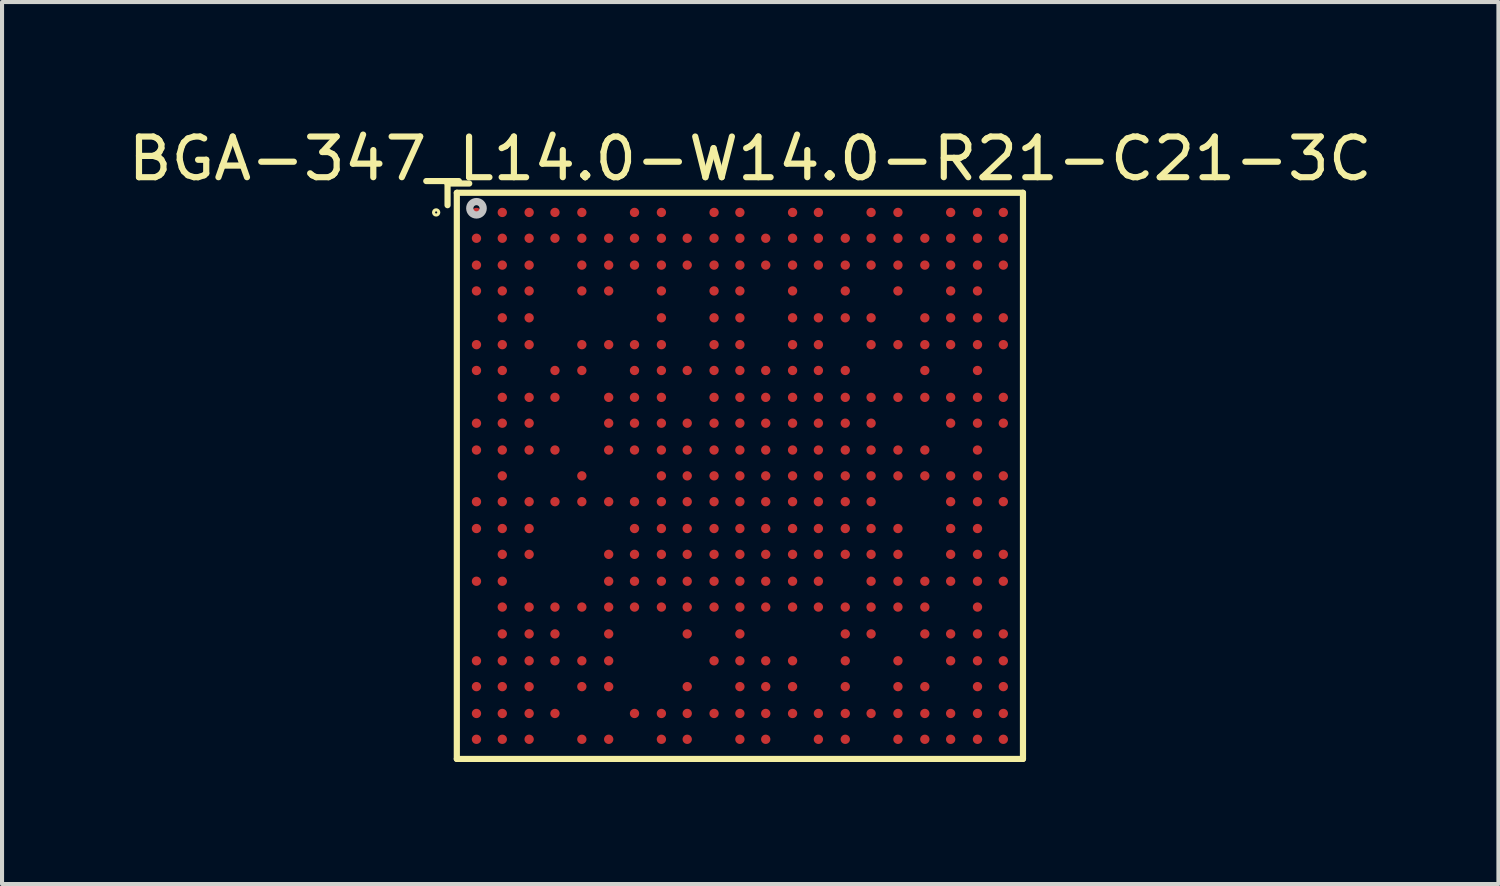
<source format=kicad_pcb>
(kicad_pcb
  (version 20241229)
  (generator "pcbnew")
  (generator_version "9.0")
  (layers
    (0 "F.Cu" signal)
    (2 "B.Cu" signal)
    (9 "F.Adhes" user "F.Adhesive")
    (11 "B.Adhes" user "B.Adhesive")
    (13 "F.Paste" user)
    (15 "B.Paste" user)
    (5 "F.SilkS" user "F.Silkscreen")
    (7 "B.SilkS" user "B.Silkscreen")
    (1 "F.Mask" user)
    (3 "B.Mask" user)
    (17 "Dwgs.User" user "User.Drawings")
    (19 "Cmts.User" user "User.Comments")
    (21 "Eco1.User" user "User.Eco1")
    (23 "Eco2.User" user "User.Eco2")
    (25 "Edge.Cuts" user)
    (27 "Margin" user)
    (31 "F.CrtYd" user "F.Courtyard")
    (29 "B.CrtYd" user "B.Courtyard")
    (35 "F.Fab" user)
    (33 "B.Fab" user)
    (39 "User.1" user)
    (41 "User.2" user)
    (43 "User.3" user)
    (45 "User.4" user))
  (footprint "BGA-347_L14.0-W14.0-R21-C21-3C"
    (layer "F.Cu")
    (at 15.142 8.65)
    (property "Reference" "BGA-347_L14.0-W14.0-R21-C21-3C" (at 0.254 -7.798 0) (unlocked yes) (layer "F.SilkS") (effects (font (size 1 1.052) (thickness 0.152))))
    (attr smd)
    (fp_line (start -7.188 -7.188) (end -6.655 -7.188) (stroke (width 0.152) (type solid)) (layer "F.SilkS"))
    (fp_line (start -7.188 -6.655) (end -7.188 -7.188) (stroke (width 0.152) (type solid)) (layer "F.SilkS"))
    (fp_line (start -6.96 -6.96) (end -6.96 6.96) (stroke (width 0.152) (type solid)) (layer "F.SilkS"))
    (fp_line (start -6.96 -6.96) (end 6.96 -6.96) (stroke (width 0.152) (type solid)) (layer "F.SilkS"))
    (fp_line (start -6.96 6.96) (end 6.96 6.96) (stroke (width 0.152) (type solid)) (layer "F.SilkS"))
    (fp_line (start 6.96 6.96) (end 6.96 -6.96) (stroke (width 0.152) (type solid)) (layer "F.SilkS"))
    (fp_circle (center -7.468 -6.477) (end -7.442 -6.477) (stroke (width 0.076) (type solid)) (fill no) (layer "F.SilkS"))
    (fp_circle (center -6.477 -6.579) (end -6.401 -6.579) (stroke (width 0.178) (type solid)) (fill no) (layer "Dwgs.User"))
    (pad "A1" smd circle (at -6.477 -6.477) (size 0.229 0.229) (layers "F.Cu" "F.Mask" "F.Paste"))
    (pad "A2" smd circle (at -5.842 -6.477) (size 0.229 0.229) (layers "F.Cu" "F.Mask" "F.Paste"))
    (pad "A3" smd circle (at -5.182 -6.477) (size 0.229 0.229) (layers "F.Cu" "F.Mask" "F.Paste"))
    (pad "A4" smd circle (at -4.547 -6.477) (size 0.229 0.229) (layers "F.Cu" "F.Mask" "F.Paste"))
    (pad "A5" smd circle (at -3.886 -6.477) (size 0.229 0.229) (layers "F.Cu" "F.Mask" "F.Paste"))
    (pad "A7" smd circle (at -2.591 -6.477) (size 0.229 0.229) (layers "F.Cu" "F.Mask" "F.Paste"))
    (pad "A8" smd circle (at -1.93 -6.477) (size 0.229 0.229) (layers "F.Cu" "F.Mask" "F.Paste"))
    (pad "A10" smd circle (at -0.635 -6.477) (size 0.229 0.229) (layers "F.Cu" "F.Mask" "F.Paste"))
    (pad "A11" smd circle (at 0 -6.477) (size 0.229 0.229) (layers "F.Cu" "F.Mask" "F.Paste"))
    (pad "A13" smd circle (at 1.295 -6.477) (size 0.229 0.229) (layers "F.Cu" "F.Mask" "F.Paste"))
    (pad "A14" smd circle (at 1.93 -6.477) (size 0.229 0.229) (layers "F.Cu" "F.Mask" "F.Paste"))
    (pad "A16" smd circle (at 3.226 -6.477) (size 0.229 0.229) (layers "F.Cu" "F.Mask" "F.Paste"))
    (pad "A17" smd circle (at 3.886 -6.477) (size 0.229 0.229) (layers "F.Cu" "F.Mask" "F.Paste"))
    (pad "A19" smd circle (at 5.182 -6.477) (size 0.229 0.229) (layers "F.Cu" "F.Mask" "F.Paste"))
    (pad "A20" smd circle (at 5.842 -6.477) (size 0.229 0.229) (layers "F.Cu" "F.Mask" "F.Paste"))
    (pad "A21" smd circle (at 6.477 -6.477) (size 0.229 0.229) (layers "F.Cu" "F.Mask" "F.Paste"))
    (pad "AA1" smd circle (at -6.477 6.477) (size 0.229 0.229) (layers "F.Cu" "F.Mask" "F.Paste"))
    (pad "AA2" smd circle (at -5.842 6.477) (size 0.229 0.229) (layers "F.Cu" "F.Mask" "F.Paste"))
    (pad "AA3" smd circle (at -5.182 6.477) (size 0.229 0.229) (layers "F.Cu" "F.Mask" "F.Paste"))
    (pad "AA5" smd circle (at -3.886 6.477) (size 0.229 0.229) (layers "F.Cu" "F.Mask" "F.Paste"))
    (pad "AA6" smd circle (at -3.226 6.477) (size 0.229 0.229) (layers "F.Cu" "F.Mask" "F.Paste"))
    (pad "AA8" smd circle (at -1.93 6.477) (size 0.229 0.229) (layers "F.Cu" "F.Mask" "F.Paste"))
    (pad "AA9" smd circle (at -1.295 6.477) (size 0.229 0.229) (layers "F.Cu" "F.Mask" "F.Paste"))
    (pad "AA11" smd circle (at 0 6.477) (size 0.229 0.229) (layers "F.Cu" "F.Mask" "F.Paste"))
    (pad "AA12" smd circle (at 0.635 6.477) (size 0.229 0.229) (layers "F.Cu" "F.Mask" "F.Paste"))
    (pad "AA14" smd circle (at 1.93 6.477) (size 0.229 0.229) (layers "F.Cu" "F.Mask" "F.Paste"))
    (pad "AA15" smd circle (at 2.591 6.477) (size 0.229 0.229) (layers "F.Cu" "F.Mask" "F.Paste"))
    (pad "AA17" smd circle (at 3.886 6.477) (size 0.229 0.229) (layers "F.Cu" "F.Mask" "F.Paste"))
    (pad "AA18" smd circle (at 4.547 6.477) (size 0.229 0.229) (layers "F.Cu" "F.Mask" "F.Paste"))
    (pad "AA19" smd circle (at 5.182 6.477) (size 0.229 0.229) (layers "F.Cu" "F.Mask" "F.Paste"))
    (pad "AA20" smd circle (at 5.842 6.477) (size 0.229 0.229) (layers "F.Cu" "F.Mask" "F.Paste"))
    (pad "AA21" smd circle (at 6.477 6.477) (size 0.229 0.229) (layers "F.Cu" "F.Mask" "F.Paste"))
    (pad "B1" smd circle (at -6.477 -5.842) (size 0.229 0.229) (layers "F.Cu" "F.Mask" "F.Paste"))
    (pad "B2" smd circle (at -5.842 -5.842) (size 0.229 0.229) (layers "F.Cu" "F.Mask" "F.Paste"))
    (pad "B3" smd circle (at -5.182 -5.842) (size 0.229 0.229) (layers "F.Cu" "F.Mask" "F.Paste"))
    (pad "B4" smd circle (at -4.547 -5.842) (size 0.229 0.229) (layers "F.Cu" "F.Mask" "F.Paste"))
    (pad "B5" smd circle (at -3.886 -5.842) (size 0.229 0.229) (layers "F.Cu" "F.Mask" "F.Paste"))
    (pad "B6" smd circle (at -3.226 -5.842) (size 0.229 0.229) (layers "F.Cu" "F.Mask" "F.Paste"))
    (pad "B7" smd circle (at -2.591 -5.842) (size 0.229 0.229) (layers "F.Cu" "F.Mask" "F.Paste"))
    (pad "B8" smd circle (at -1.93 -5.842) (size 0.229 0.229) (layers "F.Cu" "F.Mask" "F.Paste"))
    (pad "B9" smd circle (at -1.295 -5.842) (size 0.229 0.229) (layers "F.Cu" "F.Mask" "F.Paste"))
    (pad "B10" smd circle (at -0.635 -5.842) (size 0.229 0.229) (layers "F.Cu" "F.Mask" "F.Paste"))
    (pad "B11" smd circle (at 0 -5.842) (size 0.229 0.229) (layers "F.Cu" "F.Mask" "F.Paste"))
    (pad "B12" smd circle (at 0.635 -5.842) (size 0.229 0.229) (layers "F.Cu" "F.Mask" "F.Paste"))
    (pad "B13" smd circle (at 1.295 -5.842) (size 0.229 0.229) (layers "F.Cu" "F.Mask" "F.Paste"))
    (pad "B14" smd circle (at 1.93 -5.842) (size 0.229 0.229) (layers "F.Cu" "F.Mask" "F.Paste"))
    (pad "B15" smd circle (at 2.591 -5.842) (size 0.229 0.229) (layers "F.Cu" "F.Mask" "F.Paste"))
    (pad "B16" smd circle (at 3.226 -5.842) (size 0.229 0.229) (layers "F.Cu" "F.Mask" "F.Paste"))
    (pad "B17" smd circle (at 3.886 -5.842) (size 0.229 0.229) (layers "F.Cu" "F.Mask" "F.Paste"))
    (pad "B18" smd circle (at 4.547 -5.842) (size 0.229 0.229) (layers "F.Cu" "F.Mask" "F.Paste"))
    (pad "B19" smd circle (at 5.182 -5.842) (size 0.229 0.229) (layers "F.Cu" "F.Mask" "F.Paste"))
    (pad "B20" smd circle (at 5.842 -5.842) (size 0.229 0.229) (layers "F.Cu" "F.Mask" "F.Paste"))
    (pad "B21" smd circle (at 6.477 -5.842) (size 0.229 0.229) (layers "F.Cu" "F.Mask" "F.Paste"))
    (pad "C1" smd circle (at -6.477 -5.182) (size 0.229 0.229) (layers "F.Cu" "F.Mask" "F.Paste"))
    (pad "C2" smd circle (at -5.842 -5.182) (size 0.229 0.229) (layers "F.Cu" "F.Mask" "F.Paste"))
    (pad "C3" smd circle (at -5.182 -5.182) (size 0.229 0.229) (layers "F.Cu" "F.Mask" "F.Paste"))
    (pad "C5" smd circle (at -3.886 -5.182) (size 0.229 0.229) (layers "F.Cu" "F.Mask" "F.Paste"))
    (pad "C6" smd circle (at -3.226 -5.182) (size 0.229 0.229) (layers "F.Cu" "F.Mask" "F.Paste"))
    (pad "C7" smd circle (at -2.591 -5.182) (size 0.229 0.229) (layers "F.Cu" "F.Mask" "F.Paste"))
    (pad "C8" smd circle (at -1.93 -5.182) (size 0.229 0.229) (layers "F.Cu" "F.Mask" "F.Paste"))
    (pad "C9" smd circle (at -1.295 -5.182) (size 0.229 0.229) (layers "F.Cu" "F.Mask" "F.Paste"))
    (pad "C10" smd circle (at -0.635 -5.182) (size 0.229 0.229) (layers "F.Cu" "F.Mask" "F.Paste"))
    (pad "C11" smd circle (at 0 -5.182) (size 0.229 0.229) (layers "F.Cu" "F.Mask" "F.Paste"))
    (pad "C12" smd circle (at 0.635 -5.182) (size 0.229 0.229) (layers "F.Cu" "F.Mask" "F.Paste"))
    (pad "C13" smd circle (at 1.295 -5.182) (size 0.229 0.229) (layers "F.Cu" "F.Mask" "F.Paste"))
    (pad "C14" smd circle (at 1.93 -5.182) (size 0.229 0.229) (layers "F.Cu" "F.Mask" "F.Paste"))
    (pad "C15" smd circle (at 2.591 -5.182) (size 0.229 0.229) (layers "F.Cu" "F.Mask" "F.Paste"))
    (pad "C16" smd circle (at 3.226 -5.182) (size 0.229 0.229) (layers "F.Cu" "F.Mask" "F.Paste"))
    (pad "C17" smd circle (at 3.886 -5.182) (size 0.229 0.229) (layers "F.Cu" "F.Mask" "F.Paste"))
    (pad "C18" smd circle (at 4.547 -5.182) (size 0.229 0.229) (layers "F.Cu" "F.Mask" "F.Paste"))
    (pad "C19" smd circle (at 5.182 -5.182) (size 0.229 0.229) (layers "F.Cu" "F.Mask" "F.Paste"))
    (pad "C20" smd circle (at 5.842 -5.182) (size 0.229 0.229) (layers "F.Cu" "F.Mask" "F.Paste"))
    (pad "C21" smd circle (at 6.477 -5.182) (size 0.229 0.229) (layers "F.Cu" "F.Mask" "F.Paste"))
    (pad "D1" smd circle (at -6.477 -4.547) (size 0.229 0.229) (layers "F.Cu" "F.Mask" "F.Paste"))
    (pad "D2" smd circle (at -5.842 -4.547) (size 0.229 0.229) (layers "F.Cu" "F.Mask" "F.Paste"))
    (pad "D3" smd circle (at -5.182 -4.547) (size 0.229 0.229) (layers "F.Cu" "F.Mask" "F.Paste"))
    (pad "D5" smd circle (at -3.886 -4.547) (size 0.229 0.229) (layers "F.Cu" "F.Mask" "F.Paste"))
    (pad "D6" smd circle (at -3.226 -4.547) (size 0.229 0.229) (layers "F.Cu" "F.Mask" "F.Paste"))
    (pad "D8" smd circle (at -1.93 -4.547) (size 0.229 0.229) (layers "F.Cu" "F.Mask" "F.Paste"))
    (pad "D10" smd circle (at -0.635 -4.547) (size 0.229 0.229) (layers "F.Cu" "F.Mask" "F.Paste"))
    (pad "D11" smd circle (at 0 -4.547) (size 0.229 0.229) (layers "F.Cu" "F.Mask" "F.Paste"))
    (pad "D13" smd circle (at 1.295 -4.547) (size 0.229 0.229) (layers "F.Cu" "F.Mask" "F.Paste"))
    (pad "D15" smd circle (at 2.591 -4.547) (size 0.229 0.229) (layers "F.Cu" "F.Mask" "F.Paste"))
    (pad "D17" smd circle (at 3.886 -4.547) (size 0.229 0.229) (layers "F.Cu" "F.Mask" "F.Paste"))
    (pad "D19" smd circle (at 5.182 -4.547) (size 0.229 0.229) (layers "F.Cu" "F.Mask" "F.Paste"))
    (pad "D20" smd circle (at 5.842 -4.547) (size 0.229 0.229) (layers "F.Cu" "F.Mask" "F.Paste"))
    (pad "E2" smd circle (at -5.842 -3.886) (size 0.229 0.229) (layers "F.Cu" "F.Mask" "F.Paste"))
    (pad "E3" smd circle (at -5.182 -3.886) (size 0.229 0.229) (layers "F.Cu" "F.Mask" "F.Paste"))
    (pad "E8" smd circle (at -1.93 -3.886) (size 0.229 0.229) (layers "F.Cu" "F.Mask" "F.Paste"))
    (pad "E10" smd circle (at -0.635 -3.886) (size 0.229 0.229) (layers "F.Cu" "F.Mask" "F.Paste"))
    (pad "E11" smd circle (at 0 -3.886) (size 0.229 0.229) (layers "F.Cu" "F.Mask" "F.Paste"))
    (pad "E13" smd circle (at 1.295 -3.886) (size 0.229 0.229) (layers "F.Cu" "F.Mask" "F.Paste"))
    (pad "E14" smd circle (at 1.93 -3.886) (size 0.229 0.229) (layers "F.Cu" "F.Mask" "F.Paste"))
    (pad "E15" smd circle (at 2.591 -3.886) (size 0.229 0.229) (layers "F.Cu" "F.Mask" "F.Paste"))
    (pad "E16" smd circle (at 3.226 -3.886) (size 0.229 0.229) (layers "F.Cu" "F.Mask" "F.Paste"))
    (pad "E18" smd circle (at 4.547 -3.886) (size 0.229 0.229) (layers "F.Cu" "F.Mask" "F.Paste"))
    (pad "E19" smd circle (at 5.182 -3.886) (size 0.229 0.229) (layers "F.Cu" "F.Mask" "F.Paste"))
    (pad "E20" smd circle (at 5.842 -3.886) (size 0.229 0.229) (layers "F.Cu" "F.Mask" "F.Paste"))
    (pad "E21" smd circle (at 6.477 -3.886) (size 0.229 0.229) (layers "F.Cu" "F.Mask" "F.Paste"))
    (pad "F1" smd circle (at -6.477 -3.226) (size 0.229 0.229) (layers "F.Cu" "F.Mask" "F.Paste"))
    (pad "F2" smd circle (at -5.842 -3.226) (size 0.229 0.229) (layers "F.Cu" "F.Mask" "F.Paste"))
    (pad "F3" smd circle (at -5.182 -3.226) (size 0.229 0.229) (layers "F.Cu" "F.Mask" "F.Paste"))
    (pad "F5" smd circle (at -3.886 -3.226) (size 0.229 0.229) (layers "F.Cu" "F.Mask" "F.Paste"))
    (pad "F6" smd circle (at -3.226 -3.226) (size 0.229 0.229) (layers "F.Cu" "F.Mask" "F.Paste"))
    (pad "F7" smd circle (at -2.591 -3.226) (size 0.229 0.229) (layers "F.Cu" "F.Mask" "F.Paste"))
    (pad "F8" smd circle (at -1.93 -3.226) (size 0.229 0.229) (layers "F.Cu" "F.Mask" "F.Paste"))
    (pad "F10" smd circle (at -0.635 -3.226) (size 0.229 0.229) (layers "F.Cu" "F.Mask" "F.Paste"))
    (pad "F11" smd circle (at 0 -3.226) (size 0.229 0.229) (layers "F.Cu" "F.Mask" "F.Paste"))
    (pad "F13" smd circle (at 1.295 -3.226) (size 0.229 0.229) (layers "F.Cu" "F.Mask" "F.Paste"))
    (pad "F14" smd circle (at 1.93 -3.226) (size 0.229 0.229) (layers "F.Cu" "F.Mask" "F.Paste"))
    (pad "F16" smd circle (at 3.226 -3.226) (size 0.229 0.229) (layers "F.Cu" "F.Mask" "F.Paste"))
    (pad "F17" smd circle (at 3.886 -3.226) (size 0.229 0.229) (layers "F.Cu" "F.Mask" "F.Paste"))
    (pad "F18" smd circle (at 4.547 -3.226) (size 0.229 0.229) (layers "F.Cu" "F.Mask" "F.Paste"))
    (pad "F19" smd circle (at 5.182 -3.226) (size 0.229 0.229) (layers "F.Cu" "F.Mask" "F.Paste"))
    (pad "F20" smd circle (at 5.842 -3.226) (size 0.229 0.229) (layers "F.Cu" "F.Mask" "F.Paste"))
    (pad "F21" smd circle (at 6.477 -3.226) (size 0.229 0.229) (layers "F.Cu" "F.Mask" "F.Paste"))
    (pad "G1" smd circle (at -6.477 -2.591) (size 0.229 0.229) (layers "F.Cu" "F.Mask" "F.Paste"))
    (pad "G2" smd circle (at -5.842 -2.591) (size 0.229 0.229) (layers "F.Cu" "F.Mask" "F.Paste"))
    (pad "G4" smd circle (at -4.547 -2.591) (size 0.229 0.229) (layers "F.Cu" "F.Mask" "F.Paste"))
    (pad "G5" smd circle (at -3.886 -2.591) (size 0.229 0.229) (layers "F.Cu" "F.Mask" "F.Paste"))
    (pad "G7" smd circle (at -2.591 -2.591) (size 0.229 0.229) (layers "F.Cu" "F.Mask" "F.Paste"))
    (pad "G8" smd circle (at -1.93 -2.591) (size 0.229 0.229) (layers "F.Cu" "F.Mask" "F.Paste"))
    (pad "G9" smd circle (at -1.295 -2.591) (size 0.229 0.229) (layers "F.Cu" "F.Mask" "F.Paste"))
    (pad "G10" smd circle (at -0.635 -2.591) (size 0.229 0.229) (layers "F.Cu" "F.Mask" "F.Paste"))
    (pad "G11" smd circle (at 0 -2.591) (size 0.229 0.229) (layers "F.Cu" "F.Mask" "F.Paste"))
    (pad "G12" smd circle (at 0.635 -2.591) (size 0.229 0.229) (layers "F.Cu" "F.Mask" "F.Paste"))
    (pad "G13" smd circle (at 1.295 -2.591) (size 0.229 0.229) (layers "F.Cu" "F.Mask" "F.Paste"))
    (pad "G14" smd circle (at 1.93 -2.591) (size 0.229 0.229) (layers "F.Cu" "F.Mask" "F.Paste"))
    (pad "G15" smd circle (at 2.591 -2.591) (size 0.229 0.229) (layers "F.Cu" "F.Mask" "F.Paste"))
    (pad "G18" smd circle (at 4.547 -2.591) (size 0.229 0.229) (layers "F.Cu" "F.Mask" "F.Paste"))
    (pad "G20" smd circle (at 5.842 -2.591) (size 0.229 0.229) (layers "F.Cu" "F.Mask" "F.Paste"))
    (pad "H2" smd circle (at -5.842 -1.93) (size 0.229 0.229) (layers "F.Cu" "F.Mask" "F.Paste"))
    (pad "H3" smd circle (at -5.182 -1.93) (size 0.229 0.229) (layers "F.Cu" "F.Mask" "F.Paste"))
    (pad "H4" smd circle (at -4.547 -1.93) (size 0.229 0.229) (layers "F.Cu" "F.Mask" "F.Paste"))
    (pad "H6" smd circle (at -3.226 -1.93) (size 0.229 0.229) (layers "F.Cu" "F.Mask" "F.Paste"))
    (pad "H7" smd circle (at -2.591 -1.93) (size 0.229 0.229) (layers "F.Cu" "F.Mask" "F.Paste"))
    (pad "H8" smd circle (at -1.93 -1.93) (size 0.229 0.229) (layers "F.Cu" "F.Mask" "F.Paste"))
    (pad "H10" smd circle (at -0.635 -1.93) (size 0.229 0.229) (layers "F.Cu" "F.Mask" "F.Paste"))
    (pad "H11" smd circle (at 0 -1.93) (size 0.229 0.229) (layers "F.Cu" "F.Mask" "F.Paste"))
    (pad "H12" smd circle (at 0.635 -1.93) (size 0.229 0.229) (layers "F.Cu" "F.Mask" "F.Paste"))
    (pad "H13" smd circle (at 1.295 -1.93) (size 0.229 0.229) (layers "F.Cu" "F.Mask" "F.Paste"))
    (pad "H14" smd circle (at 1.93 -1.93) (size 0.229 0.229) (layers "F.Cu" "F.Mask" "F.Paste"))
    (pad "H15" smd circle (at 2.591 -1.93) (size 0.229 0.229) (layers "F.Cu" "F.Mask" "F.Paste"))
    (pad "H16" smd circle (at 3.226 -1.93) (size 0.229 0.229) (layers "F.Cu" "F.Mask" "F.Paste"))
    (pad "H17" smd circle (at 3.886 -1.93) (size 0.229 0.229) (layers "F.Cu" "F.Mask" "F.Paste"))
    (pad "H18" smd circle (at 4.547 -1.93) (size 0.229 0.229) (layers "F.Cu" "F.Mask" "F.Paste"))
    (pad "H19" smd circle (at 5.182 -1.93) (size 0.229 0.229) (layers "F.Cu" "F.Mask" "F.Paste"))
    (pad "H20" smd circle (at 5.842 -1.93) (size 0.229 0.229) (layers "F.Cu" "F.Mask" "F.Paste"))
    (pad "H21" smd circle (at 6.477 -1.93) (size 0.229 0.229) (layers "F.Cu" "F.Mask" "F.Paste"))
    (pad "J1" smd circle (at -6.477 -1.295) (size 0.229 0.229) (layers "F.Cu" "F.Mask" "F.Paste"))
    (pad "J2" smd circle (at -5.842 -1.295) (size 0.229 0.229) (layers "F.Cu" "F.Mask" "F.Paste"))
    (pad "J3" smd circle (at -5.182 -1.295) (size 0.229 0.229) (layers "F.Cu" "F.Mask" "F.Paste"))
    (pad "J6" smd circle (at -3.226 -1.295) (size 0.229 0.229) (layers "F.Cu" "F.Mask" "F.Paste"))
    (pad "J7" smd circle (at -2.591 -1.295) (size 0.229 0.229) (layers "F.Cu" "F.Mask" "F.Paste"))
    (pad "J8" smd circle (at -1.93 -1.295) (size 0.229 0.229) (layers "F.Cu" "F.Mask" "F.Paste"))
    (pad "J9" smd circle (at -1.295 -1.295) (size 0.229 0.229) (layers "F.Cu" "F.Mask" "F.Paste"))
    (pad "J10" smd circle (at -0.635 -1.295) (size 0.229 0.229) (layers "F.Cu" "F.Mask" "F.Paste"))
    (pad "J11" smd circle (at 0 -1.295) (size 0.229 0.229) (layers "F.Cu" "F.Mask" "F.Paste"))
    (pad "J12" smd circle (at 0.635 -1.295) (size 0.229 0.229) (layers "F.Cu" "F.Mask" "F.Paste"))
    (pad "J13" smd circle (at 1.295 -1.295) (size 0.229 0.229) (layers "F.Cu" "F.Mask" "F.Paste"))
    (pad "J14" smd circle (at 1.93 -1.295) (size 0.229 0.229) (layers "F.Cu" "F.Mask" "F.Paste"))
    (pad "J15" smd circle (at 2.591 -1.295) (size 0.229 0.229) (layers "F.Cu" "F.Mask" "F.Paste"))
    (pad "J16" smd circle (at 3.226 -1.295) (size 0.229 0.229) (layers "F.Cu" "F.Mask" "F.Paste"))
    (pad "J19" smd circle (at 5.182 -1.295) (size 0.229 0.229) (layers "F.Cu" "F.Mask" "F.Paste"))
    (pad "J20" smd circle (at 5.842 -1.295) (size 0.229 0.229) (layers "F.Cu" "F.Mask" "F.Paste"))
    (pad "J21" smd circle (at 6.477 -1.295) (size 0.229 0.229) (layers "F.Cu" "F.Mask" "F.Paste"))
    (pad "K1" smd circle (at -6.477 -0.635) (size 0.229 0.229) (layers "F.Cu" "F.Mask" "F.Paste"))
    (pad "K2" smd circle (at -5.842 -0.635) (size 0.229 0.229) (layers "F.Cu" "F.Mask" "F.Paste"))
    (pad "K3" smd circle (at -5.182 -0.635) (size 0.229 0.229) (layers "F.Cu" "F.Mask" "F.Paste"))
    (pad "K4" smd circle (at -4.547 -0.635) (size 0.229 0.229) (layers "F.Cu" "F.Mask" "F.Paste"))
    (pad "K6" smd circle (at -3.226 -0.635) (size 0.229 0.229) (layers "F.Cu" "F.Mask" "F.Paste"))
    (pad "K7" smd circle (at -2.591 -0.635) (size 0.229 0.229) (layers "F.Cu" "F.Mask" "F.Paste"))
    (pad "K8" smd circle (at -1.93 -0.635) (size 0.229 0.229) (layers "F.Cu" "F.Mask" "F.Paste"))
    (pad "K9" smd circle (at -1.295 -0.635) (size 0.229 0.229) (layers "F.Cu" "F.Mask" "F.Paste"))
    (pad "K10" smd circle (at -0.635 -0.635) (size 0.229 0.229) (layers "F.Cu" "F.Mask" "F.Paste"))
    (pad "K11" smd circle (at 0 -0.635) (size 0.229 0.229) (layers "F.Cu" "F.Mask" "F.Paste"))
    (pad "K12" smd circle (at 0.635 -0.635) (size 0.229 0.229) (layers "F.Cu" "F.Mask" "F.Paste"))
    (pad "K13" smd circle (at 1.295 -0.635) (size 0.229 0.229) (layers "F.Cu" "F.Mask" "F.Paste"))
    (pad "K14" smd circle (at 1.93 -0.635) (size 0.229 0.229) (layers "F.Cu" "F.Mask" "F.Paste"))
    (pad "K15" smd circle (at 2.591 -0.635) (size 0.229 0.229) (layers "F.Cu" "F.Mask" "F.Paste"))
    (pad "K16" smd circle (at 3.226 -0.635) (size 0.229 0.229) (layers "F.Cu" "F.Mask" "F.Paste"))
    (pad "K17" smd circle (at 3.886 -0.635) (size 0.229 0.229) (layers "F.Cu" "F.Mask" "F.Paste"))
    (pad "K18" smd circle (at 4.547 -0.635) (size 0.229 0.229) (layers "F.Cu" "F.Mask" "F.Paste"))
    (pad "K20" smd circle (at 5.842 -0.635) (size 0.229 0.229) (layers "F.Cu" "F.Mask" "F.Paste"))
    (pad "L2" smd circle (at -5.842 0) (size 0.229 0.229) (layers "F.Cu" "F.Mask" "F.Paste"))
    (pad "L5" smd circle (at -3.886 0) (size 0.229 0.229) (layers "F.Cu" "F.Mask" "F.Paste"))
    (pad "L8" smd circle (at -1.93 0) (size 0.229 0.229) (layers "F.Cu" "F.Mask" "F.Paste"))
    (pad "L9" smd circle (at -1.295 0) (size 0.229 0.229) (layers "F.Cu" "F.Mask" "F.Paste"))
    (pad "L10" smd circle (at -0.635 0) (size 0.229 0.229) (layers "F.Cu" "F.Mask" "F.Paste"))
    (pad "L11" smd circle (at 0 0) (size 0.229 0.229) (layers "F.Cu" "F.Mask" "F.Paste"))
    (pad "L12" smd circle (at 0.635 0) (size 0.229 0.229) (layers "F.Cu" "F.Mask" "F.Paste"))
    (pad "L13" smd circle (at 1.295 0) (size 0.229 0.229) (layers "F.Cu" "F.Mask" "F.Paste"))
    (pad "L14" smd circle (at 1.93 0) (size 0.229 0.229) (layers "F.Cu" "F.Mask" "F.Paste"))
    (pad "L15" smd circle (at 2.591 0) (size 0.229 0.229) (layers "F.Cu" "F.Mask" "F.Paste"))
    (pad "L16" smd circle (at 3.226 0) (size 0.229 0.229) (layers "F.Cu" "F.Mask" "F.Paste"))
    (pad "L17" smd circle (at 3.886 0) (size 0.229 0.229) (layers "F.Cu" "F.Mask" "F.Paste"))
    (pad "L18" smd circle (at 4.547 0) (size 0.229 0.229) (layers "F.Cu" "F.Mask" "F.Paste"))
    (pad "L19" smd circle (at 5.182 0) (size 0.229 0.229) (layers "F.Cu" "F.Mask" "F.Paste"))
    (pad "L20" smd circle (at 5.842 0) (size 0.229 0.229) (layers "F.Cu" "F.Mask" "F.Paste"))
    (pad "L21" smd circle (at 6.477 0) (size 0.229 0.229) (layers "F.Cu" "F.Mask" "F.Paste"))
    (pad "M1" smd circle (at -6.477 0.635) (size 0.229 0.229) (layers "F.Cu" "F.Mask" "F.Paste"))
    (pad "M2" smd circle (at -5.842 0.635) (size 0.229 0.229) (layers "F.Cu" "F.Mask" "F.Paste"))
    (pad "M3" smd circle (at -5.182 0.635) (size 0.229 0.229) (layers "F.Cu" "F.Mask" "F.Paste"))
    (pad "M4" smd circle (at -4.547 0.635) (size 0.229 0.229) (layers "F.Cu" "F.Mask" "F.Paste"))
    (pad "M5" smd circle (at -3.886 0.635) (size 0.229 0.229) (layers "F.Cu" "F.Mask" "F.Paste"))
    (pad "M6" smd circle (at -3.226 0.635) (size 0.229 0.229) (layers "F.Cu" "F.Mask" "F.Paste"))
    (pad "M7" smd circle (at -2.591 0.635) (size 0.229 0.229) (layers "F.Cu" "F.Mask" "F.Paste"))
    (pad "M8" smd circle (at -1.93 0.635) (size 0.229 0.229) (layers "F.Cu" "F.Mask" "F.Paste"))
    (pad "M9" smd circle (at -1.295 0.635) (size 0.229 0.229) (layers "F.Cu" "F.Mask" "F.Paste"))
    (pad "M10" smd circle (at -0.635 0.635) (size 0.229 0.229) (layers "F.Cu" "F.Mask" "F.Paste"))
    (pad "M11" smd circle (at 0 0.635) (size 0.229 0.229) (layers "F.Cu" "F.Mask" "F.Paste"))
    (pad "M12" smd circle (at 0.635 0.635) (size 0.229 0.229) (layers "F.Cu" "F.Mask" "F.Paste"))
    (pad "M13" smd circle (at 1.295 0.635) (size 0.229 0.229) (layers "F.Cu" "F.Mask" "F.Paste"))
    (pad "M14" smd circle (at 1.93 0.635) (size 0.229 0.229) (layers "F.Cu" "F.Mask" "F.Paste"))
    (pad "M15" smd circle (at 2.591 0.635) (size 0.229 0.229) (layers "F.Cu" "F.Mask" "F.Paste"))
    (pad "M16" smd circle (at 3.226 0.635) (size 0.229 0.229) (layers "F.Cu" "F.Mask" "F.Paste"))
    (pad "M19" smd circle (at 5.182 0.635) (size 0.229 0.229) (layers "F.Cu" "F.Mask" "F.Paste"))
    (pad "M20" smd circle (at 5.842 0.635) (size 0.229 0.229) (layers "F.Cu" "F.Mask" "F.Paste"))
    (pad "M21" smd circle (at 6.477 0.635) (size 0.229 0.229) (layers "F.Cu" "F.Mask" "F.Paste"))
    (pad "N1" smd circle (at -6.477 1.295) (size 0.229 0.229) (layers "F.Cu" "F.Mask" "F.Paste"))
    (pad "N2" smd circle (at -5.842 1.295) (size 0.229 0.229) (layers "F.Cu" "F.Mask" "F.Paste"))
    (pad "N3" smd circle (at -5.182 1.295) (size 0.229 0.229) (layers "F.Cu" "F.Mask" "F.Paste"))
    (pad "N7" smd circle (at -2.591 1.295) (size 0.229 0.229) (layers "F.Cu" "F.Mask" "F.Paste"))
    (pad "N8" smd circle (at -1.93 1.295) (size 0.229 0.229) (layers "F.Cu" "F.Mask" "F.Paste"))
    (pad "N9" smd circle (at -1.295 1.295) (size 0.229 0.229) (layers "F.Cu" "F.Mask" "F.Paste"))
    (pad "N10" smd circle (at -0.635 1.295) (size 0.229 0.229) (layers "F.Cu" "F.Mask" "F.Paste"))
    (pad "N11" smd circle (at 0 1.295) (size 0.229 0.229) (layers "F.Cu" "F.Mask" "F.Paste"))
    (pad "N12" smd circle (at 0.635 1.295) (size 0.229 0.229) (layers "F.Cu" "F.Mask" "F.Paste"))
    (pad "N13" smd circle (at 1.295 1.295) (size 0.229 0.229) (layers "F.Cu" "F.Mask" "F.Paste"))
    (pad "N14" smd circle (at 1.93 1.295) (size 0.229 0.229) (layers "F.Cu" "F.Mask" "F.Paste"))
    (pad "N15" smd circle (at 2.591 1.295) (size 0.229 0.229) (layers "F.Cu" "F.Mask" "F.Paste"))
    (pad "N16" smd circle (at 3.226 1.295) (size 0.229 0.229) (layers "F.Cu" "F.Mask" "F.Paste"))
    (pad "N17" smd circle (at 3.886 1.295) (size 0.229 0.229) (layers "F.Cu" "F.Mask" "F.Paste"))
    (pad "N19" smd circle (at 5.182 1.295) (size 0.229 0.229) (layers "F.Cu" "F.Mask" "F.Paste"))
    (pad "N20" smd circle (at 5.842 1.295) (size 0.229 0.229) (layers "F.Cu" "F.Mask" "F.Paste"))
    (pad "P2" smd circle (at -5.842 1.93) (size 0.229 0.229) (layers "F.Cu" "F.Mask" "F.Paste"))
    (pad "P3" smd circle (at -5.182 1.93) (size 0.229 0.229) (layers "F.Cu" "F.Mask" "F.Paste"))
    (pad "P6" smd circle (at -3.226 1.93) (size 0.229 0.229) (layers "F.Cu" "F.Mask" "F.Paste"))
    (pad "P7" smd circle (at -2.591 1.93) (size 0.229 0.229) (layers "F.Cu" "F.Mask" "F.Paste"))
    (pad "P8" smd circle (at -1.93 1.93) (size 0.229 0.229) (layers "F.Cu" "F.Mask" "F.Paste"))
    (pad "P9" smd circle (at -1.295 1.93) (size 0.229 0.229) (layers "F.Cu" "F.Mask" "F.Paste"))
    (pad "P10" smd circle (at -0.635 1.93) (size 0.229 0.229) (layers "F.Cu" "F.Mask" "F.Paste"))
    (pad "P11" smd circle (at 0 1.93) (size 0.229 0.229) (layers "F.Cu" "F.Mask" "F.Paste"))
    (pad "P12" smd circle (at 0.635 1.93) (size 0.229 0.229) (layers "F.Cu" "F.Mask" "F.Paste"))
    (pad "P13" smd circle (at 1.295 1.93) (size 0.229 0.229) (layers "F.Cu" "F.Mask" "F.Paste"))
    (pad "P14" smd circle (at 1.93 1.93) (size 0.229 0.229) (layers "F.Cu" "F.Mask" "F.Paste"))
    (pad "P15" smd circle (at 2.591 1.93) (size 0.229 0.229) (layers "F.Cu" "F.Mask" "F.Paste"))
    (pad "P16" smd circle (at 3.226 1.93) (size 0.229 0.229) (layers "F.Cu" "F.Mask" "F.Paste"))
    (pad "P17" smd circle (at 3.886 1.93) (size 0.229 0.229) (layers "F.Cu" "F.Mask" "F.Paste"))
    (pad "P19" smd circle (at 5.182 1.93) (size 0.229 0.229) (layers "F.Cu" "F.Mask" "F.Paste"))
    (pad "P20" smd circle (at 5.842 1.93) (size 0.229 0.229) (layers "F.Cu" "F.Mask" "F.Paste"))
    (pad "P21" smd circle (at 6.477 1.93) (size 0.229 0.229) (layers "F.Cu" "F.Mask" "F.Paste"))
    (pad "R1" smd circle (at -6.477 2.591) (size 0.229 0.229) (layers "F.Cu" "F.Mask" "F.Paste"))
    (pad "R2" smd circle (at -5.842 2.591) (size 0.229 0.229) (layers "F.Cu" "F.Mask" "F.Paste"))
    (pad "R6" smd circle (at -3.226 2.591) (size 0.229 0.229) (layers "F.Cu" "F.Mask" "F.Paste"))
    (pad "R7" smd circle (at -2.591 2.591) (size 0.229 0.229) (layers "F.Cu" "F.Mask" "F.Paste"))
    (pad "R8" smd circle (at -1.93 2.591) (size 0.229 0.229) (layers "F.Cu" "F.Mask" "F.Paste"))
    (pad "R9" smd circle (at -1.295 2.591) (size 0.229 0.229) (layers "F.Cu" "F.Mask" "F.Paste"))
    (pad "R10" smd circle (at -0.635 2.591) (size 0.229 0.229) (layers "F.Cu" "F.Mask" "F.Paste"))
    (pad "R11" smd circle (at 0 2.591) (size 0.229 0.229) (layers "F.Cu" "F.Mask" "F.Paste"))
    (pad "R12" smd circle (at 0.635 2.591) (size 0.229 0.229) (layers "F.Cu" "F.Mask" "F.Paste"))
    (pad "R13" smd circle (at 1.295 2.591) (size 0.229 0.229) (layers "F.Cu" "F.Mask" "F.Paste"))
    (pad "R14" smd circle (at 1.93 2.591) (size 0.229 0.229) (layers "F.Cu" "F.Mask" "F.Paste"))
    (pad "R16" smd circle (at 3.226 2.591) (size 0.229 0.229) (layers "F.Cu" "F.Mask" "F.Paste"))
    (pad "R17" smd circle (at 3.886 2.591) (size 0.229 0.229) (layers "F.Cu" "F.Mask" "F.Paste"))
    (pad "R18" smd circle (at 4.547 2.591) (size 0.229 0.229) (layers "F.Cu" "F.Mask" "F.Paste"))
    (pad "R19" smd circle (at 5.182 2.591) (size 0.229 0.229) (layers "F.Cu" "F.Mask" "F.Paste"))
    (pad "R20" smd circle (at 5.842 2.591) (size 0.229 0.229) (layers "F.Cu" "F.Mask" "F.Paste"))
    (pad "R21" smd circle (at 6.477 2.591) (size 0.229 0.229) (layers "F.Cu" "F.Mask" "F.Paste"))
    (pad "T2" smd circle (at -5.842 3.226) (size 0.229 0.229) (layers "F.Cu" "F.Mask" "F.Paste"))
    (pad "T3" smd circle (at -5.182 3.226) (size 0.229 0.229) (layers "F.Cu" "F.Mask" "F.Paste"))
    (pad "T4" smd circle (at -4.547 3.226) (size 0.229 0.229) (layers "F.Cu" "F.Mask" "F.Paste"))
    (pad "T5" smd circle (at -3.886 3.226) (size 0.229 0.229) (layers "F.Cu" "F.Mask" "F.Paste"))
    (pad "T6" smd circle (at -3.226 3.226) (size 0.229 0.229) (layers "F.Cu" "F.Mask" "F.Paste"))
    (pad "T7" smd circle (at -2.591 3.226) (size 0.229 0.229) (layers "F.Cu" "F.Mask" "F.Paste"))
    (pad "T8" smd circle (at -1.93 3.226) (size 0.229 0.229) (layers "F.Cu" "F.Mask" "F.Paste"))
    (pad "T9" smd circle (at -1.295 3.226) (size 0.229 0.229) (layers "F.Cu" "F.Mask" "F.Paste"))
    (pad "T10" smd circle (at -0.635 3.226) (size 0.229 0.229) (layers "F.Cu" "F.Mask" "F.Paste"))
    (pad "T11" smd circle (at 0 3.226) (size 0.229 0.229) (layers "F.Cu" "F.Mask" "F.Paste"))
    (pad "T12" smd circle (at 0.635 3.226) (size 0.229 0.229) (layers "F.Cu" "F.Mask" "F.Paste"))
    (pad "T13" smd circle (at 1.295 3.226) (size 0.229 0.229) (layers "F.Cu" "F.Mask" "F.Paste"))
    (pad "T14" smd circle (at 1.93 3.226) (size 0.229 0.229) (layers "F.Cu" "F.Mask" "F.Paste"))
    (pad "T15" smd circle (at 2.591 3.226) (size 0.229 0.229) (layers "F.Cu" "F.Mask" "F.Paste"))
    (pad "T16" smd circle (at 3.226 3.226) (size 0.229 0.229) (layers "F.Cu" "F.Mask" "F.Paste"))
    (pad "T17" smd circle (at 3.886 3.226) (size 0.229 0.229) (layers "F.Cu" "F.Mask" "F.Paste"))
    (pad "T18" smd circle (at 4.547 3.226) (size 0.229 0.229) (layers "F.Cu" "F.Mask" "F.Paste"))
    (pad "T20" smd circle (at 5.842 3.226) (size 0.229 0.229) (layers "F.Cu" "F.Mask" "F.Paste"))
    (pad "U2" smd circle (at -5.842 3.886) (size 0.229 0.229) (layers "F.Cu" "F.Mask" "F.Paste"))
    (pad "U3" smd circle (at -5.182 3.886) (size 0.229 0.229) (layers "F.Cu" "F.Mask" "F.Paste"))
    (pad "U4" smd circle (at -4.547 3.886) (size 0.229 0.229) (layers "F.Cu" "F.Mask" "F.Paste"))
    (pad "U6" smd circle (at -3.226 3.886) (size 0.229 0.229) (layers "F.Cu" "F.Mask" "F.Paste"))
    (pad "U9" smd circle (at -1.295 3.886) (size 0.229 0.229) (layers "F.Cu" "F.Mask" "F.Paste"))
    (pad "U11" smd circle (at 0 3.886) (size 0.229 0.229) (layers "F.Cu" "F.Mask" "F.Paste"))
    (pad "U15" smd circle (at 2.591 3.886) (size 0.229 0.229) (layers "F.Cu" "F.Mask" "F.Paste"))
    (pad "U16" smd circle (at 3.226 3.886) (size 0.229 0.229) (layers "F.Cu" "F.Mask" "F.Paste"))
    (pad "U18" smd circle (at 4.547 3.886) (size 0.229 0.229) (layers "F.Cu" "F.Mask" "F.Paste"))
    (pad "U19" smd circle (at 5.182 3.886) (size 0.229 0.229) (layers "F.Cu" "F.Mask" "F.Paste"))
    (pad "U20" smd circle (at 5.842 3.886) (size 0.229 0.229) (layers "F.Cu" "F.Mask" "F.Paste"))
    (pad "U21" smd circle (at 6.477 3.886) (size 0.229 0.229) (layers "F.Cu" "F.Mask" "F.Paste"))
    (pad "V1" smd circle (at -6.477 4.547) (size 0.229 0.229) (layers "F.Cu" "F.Mask" "F.Paste"))
    (pad "V2" smd circle (at -5.842 4.547) (size 0.229 0.229) (layers "F.Cu" "F.Mask" "F.Paste"))
    (pad "V3" smd circle (at -5.182 4.547) (size 0.229 0.229) (layers "F.Cu" "F.Mask" "F.Paste"))
    (pad "V4" smd circle (at -4.547 4.547) (size 0.229 0.229) (layers "F.Cu" "F.Mask" "F.Paste"))
    (pad "V5" smd circle (at -3.886 4.547) (size 0.229 0.229) (layers "F.Cu" "F.Mask" "F.Paste"))
    (pad "V6" smd circle (at -3.226 4.547) (size 0.229 0.229) (layers "F.Cu" "F.Mask" "F.Paste"))
    (pad "V10" smd circle (at -0.635 4.547) (size 0.229 0.229) (layers "F.Cu" "F.Mask" "F.Paste"))
    (pad "V11" smd circle (at 0 4.547) (size 0.229 0.229) (layers "F.Cu" "F.Mask" "F.Paste"))
    (pad "V12" smd circle (at 0.635 4.547) (size 0.229 0.229) (layers "F.Cu" "F.Mask" "F.Paste"))
    (pad "V13" smd circle (at 1.295 4.547) (size 0.229 0.229) (layers "F.Cu" "F.Mask" "F.Paste"))
    (pad "V15" smd circle (at 2.591 4.547) (size 0.229 0.229) (layers "F.Cu" "F.Mask" "F.Paste"))
    (pad "V17" smd circle (at 3.886 4.547) (size 0.229 0.229) (layers "F.Cu" "F.Mask" "F.Paste"))
    (pad "V19" smd circle (at 5.182 4.547) (size 0.229 0.229) (layers "F.Cu" "F.Mask" "F.Paste"))
    (pad "V20" smd circle (at 5.842 4.547) (size 0.229 0.229) (layers "F.Cu" "F.Mask" "F.Paste"))
    (pad "V21" smd circle (at 6.477 4.547) (size 0.229 0.229) (layers "F.Cu" "F.Mask" "F.Paste"))
    (pad "W1" smd circle (at -6.477 5.182) (size 0.229 0.229) (layers "F.Cu" "F.Mask" "F.Paste"))
    (pad "W2" smd circle (at -5.842 5.182) (size 0.229 0.229) (layers "F.Cu" "F.Mask" "F.Paste"))
    (pad "W3" smd circle (at -5.182 5.182) (size 0.229 0.229) (layers "F.Cu" "F.Mask" "F.Paste"))
    (pad "W5" smd circle (at -3.886 5.182) (size 0.229 0.229) (layers "F.Cu" "F.Mask" "F.Paste"))
    (pad "W6" smd circle (at -3.226 5.182) (size 0.229 0.229) (layers "F.Cu" "F.Mask" "F.Paste"))
    (pad "W9" smd circle (at -1.295 5.182) (size 0.229 0.229) (layers "F.Cu" "F.Mask" "F.Paste"))
    (pad "W11" smd circle (at 0 5.182) (size 0.229 0.229) (layers "F.Cu" "F.Mask" "F.Paste"))
    (pad "W12" smd circle (at 0.635 5.182) (size 0.229 0.229) (layers "F.Cu" "F.Mask" "F.Paste"))
    (pad "W13" smd circle (at 1.295 5.182) (size 0.229 0.229) (layers "F.Cu" "F.Mask" "F.Paste"))
    (pad "W15" smd circle (at 2.591 5.182) (size 0.229 0.229) (layers "F.Cu" "F.Mask" "F.Paste"))
    (pad "W17" smd circle (at 3.886 5.182) (size 0.229 0.229) (layers "F.Cu" "F.Mask" "F.Paste"))
    (pad "W18" smd circle (at 4.547 5.182) (size 0.229 0.229) (layers "F.Cu" "F.Mask" "F.Paste"))
    (pad "W20" smd circle (at 5.842 5.182) (size 0.229 0.229) (layers "F.Cu" "F.Mask" "F.Paste"))
    (pad "W21" smd circle (at 6.477 5.182) (size 0.229 0.229) (layers "F.Cu" "F.Mask" "F.Paste"))
    (pad "Y1" smd circle (at -6.477 5.842) (size 0.229 0.229) (layers "F.Cu" "F.Mask" "F.Paste"))
    (pad "Y2" smd circle (at -5.842 5.842) (size 0.229 0.229) (layers "F.Cu" "F.Mask" "F.Paste"))
    (pad "Y3" smd circle (at -5.182 5.842) (size 0.229 0.229) (layers "F.Cu" "F.Mask" "F.Paste"))
    (pad "Y4" smd circle (at -4.547 5.842) (size 0.229 0.229) (layers "F.Cu" "F.Mask" "F.Paste"))
    (pad "Y7" smd circle (at -2.591 5.842) (size 0.229 0.229) (layers "F.Cu" "F.Mask" "F.Paste"))
    (pad "Y8" smd circle (at -1.93 5.842) (size 0.229 0.229) (layers "F.Cu" "F.Mask" "F.Paste"))
    (pad "Y9" smd circle (at -1.295 5.842) (size 0.229 0.229) (layers "F.Cu" "F.Mask" "F.Paste"))
    (pad "Y10" smd circle (at -0.635 5.842) (size 0.229 0.229) (layers "F.Cu" "F.Mask" "F.Paste"))
    (pad "Y11" smd circle (at 0 5.842) (size 0.229 0.229) (layers "F.Cu" "F.Mask" "F.Paste"))
    (pad "Y12" smd circle (at 0.635 5.842) (size 0.229 0.229) (layers "F.Cu" "F.Mask" "F.Paste"))
    (pad "Y13" smd circle (at 1.295 5.842) (size 0.229 0.229) (layers "F.Cu" "F.Mask" "F.Paste"))
    (pad "Y14" smd circle (at 1.93 5.842) (size 0.229 0.229) (layers "F.Cu" "F.Mask" "F.Paste"))
    (pad "Y15" smd circle (at 2.591 5.842) (size 0.229 0.229) (layers "F.Cu" "F.Mask" "F.Paste"))
    (pad "Y16" smd circle (at 3.226 5.842) (size 0.229 0.229) (layers "F.Cu" "F.Mask" "F.Paste"))
    (pad "Y17" smd circle (at 3.886 5.842) (size 0.229 0.229) (layers "F.Cu" "F.Mask" "F.Paste"))
    (pad "Y18" smd circle (at 4.547 5.842) (size 0.229 0.229) (layers "F.Cu" "F.Mask" "F.Paste"))
    (pad "Y19" smd circle (at 5.182 5.842) (size 0.229 0.229) (layers "F.Cu" "F.Mask" "F.Paste"))
    (pad "Y20" smd circle (at 5.842 5.842) (size 0.229 0.229) (layers "F.Cu" "F.Mask" "F.Paste"))
    (pad "Y21" smd circle (at 6.477 5.842) (size 0.229 0.229) (layers "F.Cu" "F.Mask" "F.Paste")))
  (gr_rect
    (start -3 -3)
    (end 33.792 18.686)
    (stroke (width 0.1) (type default))
    (fill no)
    (layer "Edge.Cuts")))
</source>
